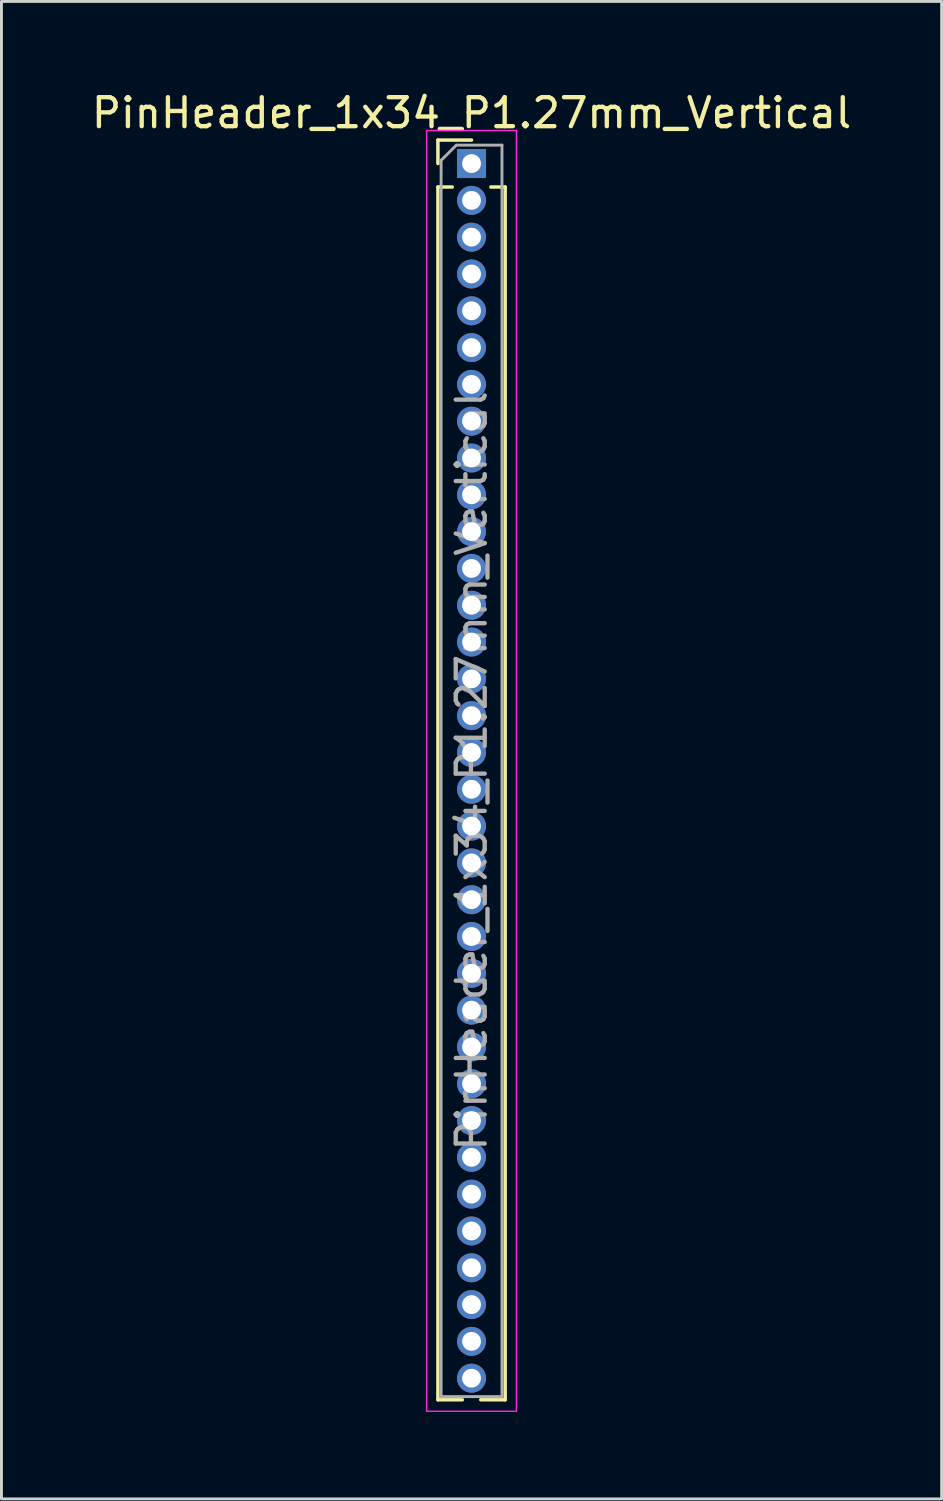
<source format=kicad_pcb>
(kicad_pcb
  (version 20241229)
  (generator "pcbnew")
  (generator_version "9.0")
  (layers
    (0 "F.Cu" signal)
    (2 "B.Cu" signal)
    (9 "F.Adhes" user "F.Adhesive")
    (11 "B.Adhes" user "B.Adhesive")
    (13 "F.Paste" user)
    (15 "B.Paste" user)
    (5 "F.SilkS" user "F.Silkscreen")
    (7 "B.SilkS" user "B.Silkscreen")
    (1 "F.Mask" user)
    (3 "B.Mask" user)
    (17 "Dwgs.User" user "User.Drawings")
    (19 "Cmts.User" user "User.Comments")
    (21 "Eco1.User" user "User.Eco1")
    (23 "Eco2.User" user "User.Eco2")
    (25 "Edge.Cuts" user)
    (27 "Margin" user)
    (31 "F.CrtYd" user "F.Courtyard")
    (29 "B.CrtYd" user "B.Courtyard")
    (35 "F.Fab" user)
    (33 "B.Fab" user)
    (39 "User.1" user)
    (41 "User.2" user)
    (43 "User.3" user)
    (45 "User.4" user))
  (footprint "PinHeader_1x34_P1.27mm_Vertical"
    (layer "F.Cu")
    (at 13.22 2.593)
    (property "Reference" "PinHeader_1x34_P1.27mm_Vertical" (at 0 -1.745 0) (layer "F.SilkS") (effects (font (size 1 1) (thickness 0.15))))
    (attr through_hole)
    (fp_line (start -1.16 -0.81) (end 0 -0.81) (stroke (width 0.12) (type solid)) (layer "F.SilkS"))
    (fp_line (start -1.16 0) (end -1.16 -0.81) (stroke (width 0.12) (type solid)) (layer "F.SilkS"))
    (fp_line (start -1.16 0.81) (end -1.16 42.655) (stroke (width 0.12) (type solid)) (layer "F.SilkS"))
    (fp_line (start -1.16 0.81) (end -0.667 0.81) (stroke (width 0.12) (type solid)) (layer "F.SilkS"))
    (fp_line (start -1.16 42.655) (end -0.318 42.655) (stroke (width 0.12) (type solid)) (layer "F.SilkS"))
    (fp_line (start 0.318 42.655) (end 1.16 42.655) (stroke (width 0.12) (type solid)) (layer "F.SilkS"))
    (fp_line (start 0.667 0.81) (end 1.16 0.81) (stroke (width 0.12) (type solid)) (layer "F.SilkS"))
    (fp_line (start 1.16 0.81) (end 1.16 42.655) (stroke (width 0.12) (type solid)) (layer "F.SilkS"))
    (fp_line (start -1.55 -1.14) (end -1.55 43.05) (stroke (width 0.05) (type solid)) (layer "F.CrtYd"))
    (fp_line (start -1.55 43.05) (end 1.55 43.05) (stroke (width 0.05) (type solid)) (layer "F.CrtYd"))
    (fp_line (start 1.55 -1.14) (end -1.55 -1.14) (stroke (width 0.05) (type solid)) (layer "F.CrtYd"))
    (fp_line (start 1.55 43.05) (end 1.55 -1.14) (stroke (width 0.05) (type solid)) (layer "F.CrtYd"))
    (fp_line (start -1.05 -0.11) (end -0.525 -0.635) (stroke (width 0.1) (type solid)) (layer "F.Fab"))
    (fp_line (start -1.05 42.545) (end -1.05 -0.11) (stroke (width 0.1) (type solid)) (layer "F.Fab"))
    (fp_line (start -0.525 -0.635) (end 1.05 -0.635) (stroke (width 0.1) (type solid)) (layer "F.Fab"))
    (fp_line (start 1.05 -0.635) (end 1.05 42.545) (stroke (width 0.1) (type solid)) (layer "F.Fab"))
    (fp_line (start 1.05 42.545) (end -1.05 42.545) (stroke (width 0.1) (type solid)) (layer "F.Fab"))
    (fp_text user "${REFERENCE}" (at 0 20.955 90) (layer "F.Fab") (effects (font (size 1 1) (thickness 0.15))))
    (pad "1" thru_hole rect (at 0 0) (size 1 1) (drill 0.65) (layers "*.Cu" "*.Mask"))
    (pad "2" thru_hole circle (at 0 1.27) (size 1 1) (drill 0.65) (layers "*.Cu" "*.Mask"))
    (pad "3" thru_hole circle (at 0 2.54) (size 1 1) (drill 0.65) (layers "*.Cu" "*.Mask"))
    (pad "4" thru_hole circle (at 0 3.81) (size 1 1) (drill 0.65) (layers "*.Cu" "*.Mask"))
    (pad "5" thru_hole circle (at 0 5.08) (size 1 1) (drill 0.65) (layers "*.Cu" "*.Mask"))
    (pad "6" thru_hole circle (at 0 6.35) (size 1 1) (drill 0.65) (layers "*.Cu" "*.Mask"))
    (pad "7" thru_hole circle (at 0 7.62) (size 1 1) (drill 0.65) (layers "*.Cu" "*.Mask"))
    (pad "8" thru_hole circle (at 0 8.89) (size 1 1) (drill 0.65) (layers "*.Cu" "*.Mask"))
    (pad "9" thru_hole circle (at 0 10.16) (size 1 1) (drill 0.65) (layers "*.Cu" "*.Mask"))
    (pad "10" thru_hole circle (at 0 11.43) (size 1 1) (drill 0.65) (layers "*.Cu" "*.Mask"))
    (pad "11" thru_hole circle (at 0 12.7) (size 1 1) (drill 0.65) (layers "*.Cu" "*.Mask"))
    (pad "12" thru_hole circle (at 0 13.97) (size 1 1) (drill 0.65) (layers "*.Cu" "*.Mask"))
    (pad "13" thru_hole circle (at 0 15.24) (size 1 1) (drill 0.65) (layers "*.Cu" "*.Mask"))
    (pad "14" thru_hole circle (at 0 16.51) (size 1 1) (drill 0.65) (layers "*.Cu" "*.Mask"))
    (pad "15" thru_hole circle (at 0 17.78) (size 1 1) (drill 0.65) (layers "*.Cu" "*.Mask"))
    (pad "16" thru_hole circle (at 0 19.05) (size 1 1) (drill 0.65) (layers "*.Cu" "*.Mask"))
    (pad "17" thru_hole circle (at 0 20.32) (size 1 1) (drill 0.65) (layers "*.Cu" "*.Mask"))
    (pad "18" thru_hole circle (at 0 21.59) (size 1 1) (drill 0.65) (layers "*.Cu" "*.Mask"))
    (pad "19" thru_hole circle (at 0 22.86) (size 1 1) (drill 0.65) (layers "*.Cu" "*.Mask"))
    (pad "20" thru_hole circle (at 0 24.13) (size 1 1) (drill 0.65) (layers "*.Cu" "*.Mask"))
    (pad "21" thru_hole circle (at 0 25.4) (size 1 1) (drill 0.65) (layers "*.Cu" "*.Mask"))
    (pad "22" thru_hole circle (at 0 26.67) (size 1 1) (drill 0.65) (layers "*.Cu" "*.Mask"))
    (pad "23" thru_hole circle (at 0 27.94) (size 1 1) (drill 0.65) (layers "*.Cu" "*.Mask"))
    (pad "24" thru_hole circle (at 0 29.21) (size 1 1) (drill 0.65) (layers "*.Cu" "*.Mask"))
    (pad "25" thru_hole circle (at 0 30.48) (size 1 1) (drill 0.65) (layers "*.Cu" "*.Mask"))
    (pad "26" thru_hole circle (at 0 31.75) (size 1 1) (drill 0.65) (layers "*.Cu" "*.Mask"))
    (pad "27" thru_hole circle (at 0 33.02) (size 1 1) (drill 0.65) (layers "*.Cu" "*.Mask"))
    (pad "28" thru_hole circle (at 0 34.29) (size 1 1) (drill 0.65) (layers "*.Cu" "*.Mask"))
    (pad "29" thru_hole circle (at 0 35.56) (size 1 1) (drill 0.65) (layers "*.Cu" "*.Mask"))
    (pad "30" thru_hole circle (at 0 36.83) (size 1 1) (drill 0.65) (layers "*.Cu" "*.Mask"))
    (pad "31" thru_hole circle (at 0 38.1) (size 1 1) (drill 0.65) (layers "*.Cu" "*.Mask"))
    (pad "32" thru_hole circle (at 0 39.37) (size 1 1) (drill 0.65) (layers "*.Cu" "*.Mask"))
    (pad "33" thru_hole circle (at 0 40.64) (size 1 1) (drill 0.65) (layers "*.Cu" "*.Mask"))
    (pad "34" thru_hole circle (at 0 41.91) (size 1 1) (drill 0.65) (layers "*.Cu" "*.Mask")))
  (gr_rect
    (start -3 -3)
    (end 29.44 48.668)
    (stroke (width 0.1) (type default))
    (fill no)
    (layer "Edge.Cuts")))
</source>
